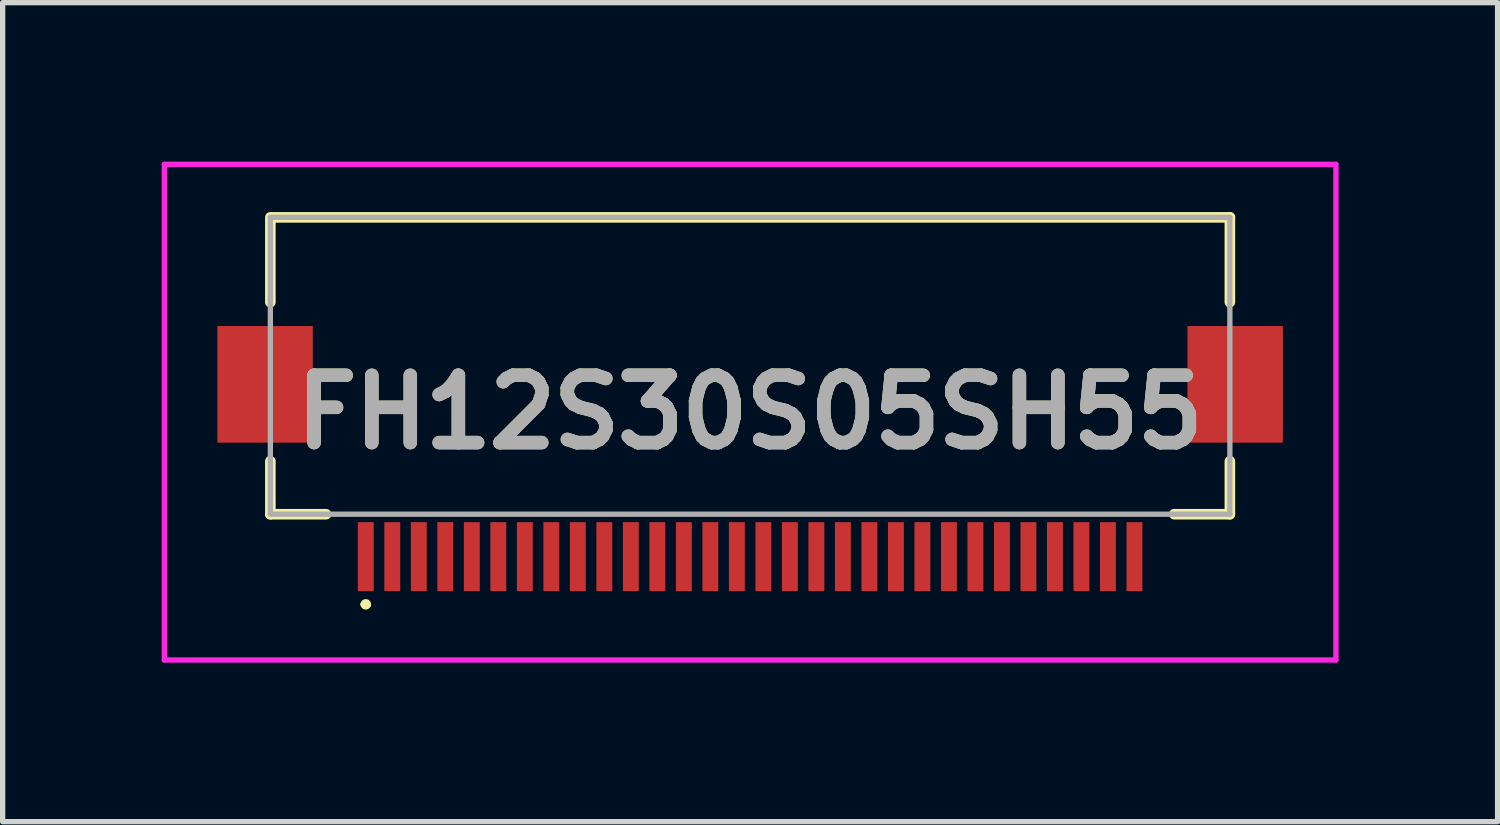
<source format=kicad_pcb>
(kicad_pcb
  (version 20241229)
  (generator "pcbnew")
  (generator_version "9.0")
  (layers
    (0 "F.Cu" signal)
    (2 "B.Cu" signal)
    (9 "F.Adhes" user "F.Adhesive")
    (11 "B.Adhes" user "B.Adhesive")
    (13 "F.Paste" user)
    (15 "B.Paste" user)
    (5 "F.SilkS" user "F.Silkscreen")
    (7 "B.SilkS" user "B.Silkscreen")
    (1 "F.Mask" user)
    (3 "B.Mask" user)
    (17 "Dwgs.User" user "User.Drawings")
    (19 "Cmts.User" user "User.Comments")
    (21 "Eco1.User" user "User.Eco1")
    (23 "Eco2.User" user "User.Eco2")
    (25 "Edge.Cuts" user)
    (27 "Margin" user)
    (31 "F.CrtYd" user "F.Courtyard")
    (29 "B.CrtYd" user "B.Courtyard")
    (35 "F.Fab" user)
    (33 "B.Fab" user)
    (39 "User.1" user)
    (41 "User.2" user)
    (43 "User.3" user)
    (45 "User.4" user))
  (footprint "FH12S30S05SH55"
    (layer "F.Cu")
    (at 11.1 5.3)
    (property "Reference" "FH12S30S05SH55" (at 0 -0.575 0) (layer "F.SilkS") (effects (font (size 1.27 1.27) (thickness 0.254))))
    (attr smd)
    (fp_line (start -9.05 -2.65) (end -9.05 -4.25) (stroke (width 0.2) (type solid)) (layer "F.SilkS"))
    (fp_line (start -9.05 0.35) (end -9.05 1.35) (stroke (width 0.2) (type solid)) (layer "F.SilkS"))
    (fp_line (start -9.05 1.35) (end -8 1.35) (stroke (width 0.2) (type solid)) (layer "F.SilkS"))
    (fp_line (start -9 -4.25) (end 9.05 -4.25) (stroke (width 0.2) (type solid)) (layer "F.SilkS"))
    (fp_line (start -7.3 3.05) (end -7.3 3.05) (stroke (width 0.1) (type solid)) (layer "F.SilkS"))
    (fp_line (start -7.2 3.05) (end -7.2 3.05) (stroke (width 0.1) (type solid)) (layer "F.SilkS"))
    (fp_line (start 9.05 -4.25) (end 9.05 -2.65) (stroke (width 0.2) (type solid)) (layer "F.SilkS"))
    (fp_line (start 9.05 0.35) (end 9.05 1.35) (stroke (width 0.2) (type solid)) (layer "F.SilkS"))
    (fp_line (start 9.05 1.35) (end 8 1.35) (stroke (width 0.2) (type solid)) (layer "F.SilkS"))
    (fp_arc (start -7.3 3.05) (mid -7.25 3) (end -7.2 3.05) (stroke (width 0.1) (type solid)) (layer "F.SilkS"))
    (fp_arc (start -7.2 3.05) (mid -7.25 3.1) (end -7.3 3.05) (stroke (width 0.1) (type solid)) (layer "F.SilkS"))
    (fp_line (start -11.05 -5.25) (end 11.05 -5.25) (stroke (width 0.1) (type solid)) (layer "F.CrtYd"))
    (fp_line (start -11.05 4.1) (end -11.05 -5.25) (stroke (width 0.1) (type solid)) (layer "F.CrtYd"))
    (fp_line (start 11.05 -5.25) (end 11.05 4.1) (stroke (width 0.1) (type solid)) (layer "F.CrtYd"))
    (fp_line (start 11.05 4.1) (end -11.05 4.1) (stroke (width 0.1) (type solid)) (layer "F.CrtYd"))
    (fp_line (start -9.05 -4.25) (end 9.05 -4.25) (stroke (width 0.1) (type solid)) (layer "F.Fab"))
    (fp_line (start -9.05 1.35) (end -9.05 -4.25) (stroke (width 0.1) (type solid)) (layer "F.Fab"))
    (fp_line (start 9.05 -4.25) (end 9.05 1.35) (stroke (width 0.1) (type solid)) (layer "F.Fab"))
    (fp_line (start 9.05 1.35) (end -9.05 1.35) (stroke (width 0.1) (type solid)) (layer "F.Fab"))
    (fp_text user "${REFERENCE}" (at 0 -0.575 0) (layer "F.Fab") (effects (font (size 1.27 1.27) (thickness 0.254))))
    (pad "1" smd rect (at -7.25 2.15) (size 0.3 1.3) (layers "F.Cu" "F.Mask" "F.Paste"))
    (pad "2" smd rect (at -6.75 2.15) (size 0.3 1.3) (layers "F.Cu" "F.Mask" "F.Paste"))
    (pad "3" smd rect (at -6.25 2.15) (size 0.3 1.3) (layers "F.Cu" "F.Mask" "F.Paste"))
    (pad "4" smd rect (at -5.75 2.15) (size 0.3 1.3) (layers "F.Cu" "F.Mask" "F.Paste"))
    (pad "5" smd rect (at -5.25 2.15) (size 0.3 1.3) (layers "F.Cu" "F.Mask" "F.Paste"))
    (pad "6" smd rect (at -4.75 2.15) (size 0.3 1.3) (layers "F.Cu" "F.Mask" "F.Paste"))
    (pad "7" smd rect (at -4.25 2.15) (size 0.3 1.3) (layers "F.Cu" "F.Mask" "F.Paste"))
    (pad "8" smd rect (at -3.75 2.15) (size 0.3 1.3) (layers "F.Cu" "F.Mask" "F.Paste"))
    (pad "9" smd rect (at -3.25 2.15) (size 0.3 1.3) (layers "F.Cu" "F.Mask" "F.Paste"))
    (pad "10" smd rect (at -2.75 2.15) (size 0.3 1.3) (layers "F.Cu" "F.Mask" "F.Paste"))
    (pad "11" smd rect (at -2.25 2.15) (size 0.3 1.3) (layers "F.Cu" "F.Mask" "F.Paste"))
    (pad "12" smd rect (at -1.75 2.15) (size 0.3 1.3) (layers "F.Cu" "F.Mask" "F.Paste"))
    (pad "13" smd rect (at -1.25 2.15) (size 0.3 1.3) (layers "F.Cu" "F.Mask" "F.Paste"))
    (pad "14" smd rect (at -0.75 2.15) (size 0.3 1.3) (layers "F.Cu" "F.Mask" "F.Paste"))
    (pad "15" smd rect (at -0.25 2.15) (size 0.3 1.3) (layers "F.Cu" "F.Mask" "F.Paste"))
    (pad "16" smd rect (at 0.25 2.15) (size 0.3 1.3) (layers "F.Cu" "F.Mask" "F.Paste"))
    (pad "17" smd rect (at 0.75 2.15) (size 0.3 1.3) (layers "F.Cu" "F.Mask" "F.Paste"))
    (pad "18" smd rect (at 1.25 2.15) (size 0.3 1.3) (layers "F.Cu" "F.Mask" "F.Paste"))
    (pad "19" smd rect (at 1.75 2.15) (size 0.3 1.3) (layers "F.Cu" "F.Mask" "F.Paste"))
    (pad "20" smd rect (at 2.25 2.15) (size 0.3 1.3) (layers "F.Cu" "F.Mask" "F.Paste"))
    (pad "21" smd rect (at 2.75 2.15) (size 0.3 1.3) (layers "F.Cu" "F.Mask" "F.Paste"))
    (pad "22" smd rect (at 3.25 2.15) (size 0.3 1.3) (layers "F.Cu" "F.Mask" "F.Paste"))
    (pad "23" smd rect (at 3.75 2.15) (size 0.3 1.3) (layers "F.Cu" "F.Mask" "F.Paste"))
    (pad "24" smd rect (at 4.25 2.15) (size 0.3 1.3) (layers "F.Cu" "F.Mask" "F.Paste"))
    (pad "25" smd rect (at 4.75 2.15) (size 0.3 1.3) (layers "F.Cu" "F.Mask" "F.Paste"))
    (pad "26" smd rect (at 5.25 2.15) (size 0.3 1.3) (layers "F.Cu" "F.Mask" "F.Paste"))
    (pad "27" smd rect (at 5.75 2.15) (size 0.3 1.3) (layers "F.Cu" "F.Mask" "F.Paste"))
    (pad "28" smd rect (at 6.25 2.15) (size 0.3 1.3) (layers "F.Cu" "F.Mask" "F.Paste"))
    (pad "29" smd rect (at 6.75 2.15) (size 0.3 1.3) (layers "F.Cu" "F.Mask" "F.Paste"))
    (pad "30" smd rect (at 7.25 2.15) (size 0.3 1.3) (layers "F.Cu" "F.Mask" "F.Paste"))
    (pad "MP1" smd rect (at -9.15 -1.1) (size 1.8 2.2) (layers "F.Cu" "F.Mask" "F.Paste"))
    (pad "MP2" smd rect (at 9.15 -1.1) (size 1.8 2.2) (layers "F.Cu" "F.Mask" "F.Paste")))
  (gr_rect
    (start -3 -3)
    (end 25.2 12.45)
    (stroke (width 0.1) (type default))
    (fill no)
    (layer "Edge.Cuts")))
</source>
